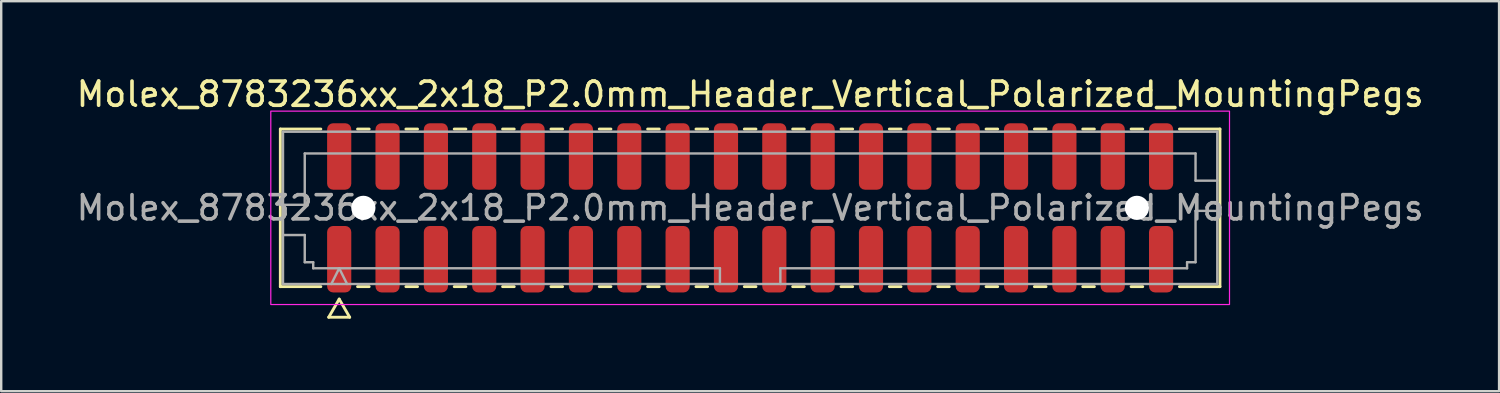
<source format=kicad_pcb>
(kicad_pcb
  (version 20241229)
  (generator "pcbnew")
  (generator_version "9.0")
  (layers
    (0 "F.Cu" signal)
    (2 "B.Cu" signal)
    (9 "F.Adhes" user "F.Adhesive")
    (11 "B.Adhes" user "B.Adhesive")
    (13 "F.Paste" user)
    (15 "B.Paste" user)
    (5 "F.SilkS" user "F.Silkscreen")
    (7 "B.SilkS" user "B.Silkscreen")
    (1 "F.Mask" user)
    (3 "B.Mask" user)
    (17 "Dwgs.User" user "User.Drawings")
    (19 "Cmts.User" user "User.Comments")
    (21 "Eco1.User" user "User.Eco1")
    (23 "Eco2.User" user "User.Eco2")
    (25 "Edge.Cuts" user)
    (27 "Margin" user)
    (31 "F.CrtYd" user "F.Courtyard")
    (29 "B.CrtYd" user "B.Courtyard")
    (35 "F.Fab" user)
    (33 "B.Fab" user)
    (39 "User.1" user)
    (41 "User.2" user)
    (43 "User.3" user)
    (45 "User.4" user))
  (footprint "Molex_8783236xx_2x18_P2.0mm_Header_Vertical_Polarized_MountingPegs"
    (layer "F.Cu")
    (at 27.982 5.548)
    (property "Reference" "Molex_8783236xx_2x18_P2.0mm_Header_Vertical_Polarized_MountingPegs" (at 0 -4.7 0) (layer "F.SilkS") (effects (font (size 1 1) (thickness 0.15))))
    (attr smd)
    (fp_line (start -19.435 -3.26) (end -17.76 -3.26) (stroke (width 0.12) (type solid)) (layer "F.SilkS"))
    (fp_line (start -19.435 3.26) (end -19.435 -3.26) (stroke (width 0.12) (type solid)) (layer "F.SilkS"))
    (fp_line (start -17.76 3.26) (end -19.435 3.26) (stroke (width 0.12) (type solid)) (layer "F.SilkS"))
    (fp_line (start -17.433 4.525) (end -17 3.775) (stroke (width 0.12) (type solid)) (layer "F.SilkS"))
    (fp_line (start -17 3.775) (end -16.567 4.525) (stroke (width 0.12) (type solid)) (layer "F.SilkS"))
    (fp_line (start -16.567 4.525) (end -17.433 4.525) (stroke (width 0.12) (type solid)) (layer "F.SilkS"))
    (fp_line (start -16.24 -3.26) (end -15.76 -3.26) (stroke (width 0.12) (type solid)) (layer "F.SilkS"))
    (fp_line (start -15.76 3.26) (end -16.24 3.26) (stroke (width 0.12) (type solid)) (layer "F.SilkS"))
    (fp_line (start -14.24 -3.26) (end -13.76 -3.26) (stroke (width 0.12) (type solid)) (layer "F.SilkS"))
    (fp_line (start -13.76 3.26) (end -14.24 3.26) (stroke (width 0.12) (type solid)) (layer "F.SilkS"))
    (fp_line (start -12.24 -3.26) (end -11.76 -3.26) (stroke (width 0.12) (type solid)) (layer "F.SilkS"))
    (fp_line (start -11.76 3.26) (end -12.24 3.26) (stroke (width 0.12) (type solid)) (layer "F.SilkS"))
    (fp_line (start -10.24 -3.26) (end -9.76 -3.26) (stroke (width 0.12) (type solid)) (layer "F.SilkS"))
    (fp_line (start -9.76 3.26) (end -10.24 3.26) (stroke (width 0.12) (type solid)) (layer "F.SilkS"))
    (fp_line (start -8.24 -3.26) (end -7.76 -3.26) (stroke (width 0.12) (type solid)) (layer "F.SilkS"))
    (fp_line (start -7.76 3.26) (end -8.24 3.26) (stroke (width 0.12) (type solid)) (layer "F.SilkS"))
    (fp_line (start -6.24 -3.26) (end -5.76 -3.26) (stroke (width 0.12) (type solid)) (layer "F.SilkS"))
    (fp_line (start -5.76 3.26) (end -6.24 3.26) (stroke (width 0.12) (type solid)) (layer "F.SilkS"))
    (fp_line (start -4.24 -3.26) (end -3.76 -3.26) (stroke (width 0.12) (type solid)) (layer "F.SilkS"))
    (fp_line (start -3.76 3.26) (end -4.24 3.26) (stroke (width 0.12) (type solid)) (layer "F.SilkS"))
    (fp_line (start -2.24 -3.26) (end -1.76 -3.26) (stroke (width 0.12) (type solid)) (layer "F.SilkS"))
    (fp_line (start -1.76 3.26) (end -2.24 3.26) (stroke (width 0.12) (type solid)) (layer "F.SilkS"))
    (fp_line (start -0.24 -3.26) (end 0.24 -3.26) (stroke (width 0.12) (type solid)) (layer "F.SilkS"))
    (fp_line (start 0.24 3.26) (end -0.24 3.26) (stroke (width 0.12) (type solid)) (layer "F.SilkS"))
    (fp_line (start 1.76 -3.26) (end 2.24 -3.26) (stroke (width 0.12) (type solid)) (layer "F.SilkS"))
    (fp_line (start 2.24 3.26) (end 1.76 3.26) (stroke (width 0.12) (type solid)) (layer "F.SilkS"))
    (fp_line (start 3.76 -3.26) (end 4.24 -3.26) (stroke (width 0.12) (type solid)) (layer "F.SilkS"))
    (fp_line (start 4.24 3.26) (end 3.76 3.26) (stroke (width 0.12) (type solid)) (layer "F.SilkS"))
    (fp_line (start 5.76 -3.26) (end 6.24 -3.26) (stroke (width 0.12) (type solid)) (layer "F.SilkS"))
    (fp_line (start 6.24 3.26) (end 5.76 3.26) (stroke (width 0.12) (type solid)) (layer "F.SilkS"))
    (fp_line (start 7.76 -3.26) (end 8.24 -3.26) (stroke (width 0.12) (type solid)) (layer "F.SilkS"))
    (fp_line (start 8.24 3.26) (end 7.76 3.26) (stroke (width 0.12) (type solid)) (layer "F.SilkS"))
    (fp_line (start 9.76 -3.26) (end 10.24 -3.26) (stroke (width 0.12) (type solid)) (layer "F.SilkS"))
    (fp_line (start 10.24 3.26) (end 9.76 3.26) (stroke (width 0.12) (type solid)) (layer "F.SilkS"))
    (fp_line (start 11.76 -3.26) (end 12.24 -3.26) (stroke (width 0.12) (type solid)) (layer "F.SilkS"))
    (fp_line (start 12.24 3.26) (end 11.76 3.26) (stroke (width 0.12) (type solid)) (layer "F.SilkS"))
    (fp_line (start 13.76 -3.26) (end 14.24 -3.26) (stroke (width 0.12) (type solid)) (layer "F.SilkS"))
    (fp_line (start 14.24 3.26) (end 13.76 3.26) (stroke (width 0.12) (type solid)) (layer "F.SilkS"))
    (fp_line (start 15.76 -3.26) (end 16.24 -3.26) (stroke (width 0.12) (type solid)) (layer "F.SilkS"))
    (fp_line (start 16.24 3.26) (end 15.76 3.26) (stroke (width 0.12) (type solid)) (layer "F.SilkS"))
    (fp_line (start 17.76 -3.26) (end 19.435 -3.26) (stroke (width 0.12) (type solid)) (layer "F.SilkS"))
    (fp_line (start 19.435 -3.26) (end 19.435 3.26) (stroke (width 0.12) (type solid)) (layer "F.SilkS"))
    (fp_line (start 19.435 3.26) (end 17.76 3.26) (stroke (width 0.12) (type solid)) (layer "F.SilkS"))
    (fp_rect (start -19.83 -4) (end 19.83 4) (stroke (width 0.05) (type solid)) (fill no) (layer "F.CrtYd"))
    (fp_line (start -19.325 -3.15) (end 19.325 -3.15) (stroke (width 0.1) (type solid)) (layer "F.Fab"))
    (fp_line (start -19.325 -0.125) (end -18.425 -0.125) (stroke (width 0.1) (type solid)) (layer "F.Fab"))
    (fp_line (start -19.325 1.125) (end -18.425 1.125) (stroke (width 0.1) (type solid)) (layer "F.Fab"))
    (fp_line (start -19.325 3.15) (end -19.325 -3.15) (stroke (width 0.1) (type solid)) (layer "F.Fab"))
    (fp_line (start -18.425 -2.25) (end 18.425 -2.25) (stroke (width 0.1) (type solid)) (layer "F.Fab"))
    (fp_line (start -18.425 -0.125) (end -18.425 -2.25) (stroke (width 0.1) (type solid)) (layer "F.Fab"))
    (fp_line (start -18.425 1.125) (end -18.425 2.25) (stroke (width 0.1) (type solid)) (layer "F.Fab"))
    (fp_line (start -18.425 2.25) (end -18.075 2.25) (stroke (width 0.1) (type solid)) (layer "F.Fab"))
    (fp_line (start -18.075 2.25) (end -18.075 2.5) (stroke (width 0.1) (type solid)) (layer "F.Fab"))
    (fp_line (start -18.075 2.5) (end -1.25 2.5) (stroke (width 0.1) (type solid)) (layer "F.Fab"))
    (fp_line (start -17.325 3.15) (end -17 2.5) (stroke (width 0.1) (type solid)) (layer "F.Fab"))
    (fp_line (start -17 2.5) (end -16.675 3.15) (stroke (width 0.1) (type solid)) (layer "F.Fab"))
    (fp_line (start -1.25 2.5) (end -1.25 3.15) (stroke (width 0.1) (type solid)) (layer "F.Fab"))
    (fp_line (start 1.25 2.5) (end 1.25 3.15) (stroke (width 0.1) (type solid)) (layer "F.Fab"))
    (fp_line (start 1.25 2.5) (end 18.075 2.5) (stroke (width 0.1) (type solid)) (layer "F.Fab"))
    (fp_line (start 18.075 2.25) (end 18.425 2.25) (stroke (width 0.1) (type solid)) (layer "F.Fab"))
    (fp_line (start 18.075 2.5) (end 18.075 2.25) (stroke (width 0.1) (type solid)) (layer "F.Fab"))
    (fp_line (start 18.425 -2.25) (end 18.425 -1.125) (stroke (width 0.1) (type solid)) (layer "F.Fab"))
    (fp_line (start 18.425 -1.125) (end 19.325 -1.125) (stroke (width 0.1) (type solid)) (layer "F.Fab"))
    (fp_line (start 18.425 0.125) (end 19.325 0.125) (stroke (width 0.1) (type solid)) (layer "F.Fab"))
    (fp_line (start 18.425 2.25) (end 18.425 0.125) (stroke (width 0.1) (type solid)) (layer "F.Fab"))
    (fp_line (start 19.325 -3.15) (end 19.325 3.15) (stroke (width 0.1) (type solid)) (layer "F.Fab"))
    (fp_line (start 19.325 3.15) (end -19.325 3.15) (stroke (width 0.1) (type solid)) (layer "F.Fab"))
    (fp_text user "${REFERENCE}" (at 0 0 0) (layer "F.Fab") (effects (font (size 1 1) (thickness 0.15))))
    (pad "" np_thru_hole circle (at -16 0) (size 1 1) (drill 1) (layers "*.Cu" "*.Mask"))
    (pad "" np_thru_hole circle (at 16 0) (size 1 1) (drill 1) (layers "*.Cu" "*.Mask"))
    (pad "1" smd roundrect (at -17 2.125) (size 1 2.75) (layers "F.Cu" "F.Mask" "F.Paste") (roundrect_rratio 0.25))
    (pad "2" smd roundrect (at -17 -2.125) (size 1 2.75) (layers "F.Cu" "F.Mask" "F.Paste") (roundrect_rratio 0.25))
    (pad "3" smd roundrect (at -15 2.125) (size 1 2.75) (layers "F.Cu" "F.Mask" "F.Paste") (roundrect_rratio 0.25))
    (pad "4" smd roundrect (at -15 -2.125) (size 1 2.75) (layers "F.Cu" "F.Mask" "F.Paste") (roundrect_rratio 0.25))
    (pad "5" smd roundrect (at -13 2.125) (size 1 2.75) (layers "F.Cu" "F.Mask" "F.Paste") (roundrect_rratio 0.25))
    (pad "6" smd roundrect (at -13 -2.125) (size 1 2.75) (layers "F.Cu" "F.Mask" "F.Paste") (roundrect_rratio 0.25))
    (pad "7" smd roundrect (at -11 2.125) (size 1 2.75) (layers "F.Cu" "F.Mask" "F.Paste") (roundrect_rratio 0.25))
    (pad "8" smd roundrect (at -11 -2.125) (size 1 2.75) (layers "F.Cu" "F.Mask" "F.Paste") (roundrect_rratio 0.25))
    (pad "9" smd roundrect (at -9 2.125) (size 1 2.75) (layers "F.Cu" "F.Mask" "F.Paste") (roundrect_rratio 0.25))
    (pad "10" smd roundrect (at -9 -2.125) (size 1 2.75) (layers "F.Cu" "F.Mask" "F.Paste") (roundrect_rratio 0.25))
    (pad "11" smd roundrect (at -7 2.125) (size 1 2.75) (layers "F.Cu" "F.Mask" "F.Paste") (roundrect_rratio 0.25))
    (pad "12" smd roundrect (at -7 -2.125) (size 1 2.75) (layers "F.Cu" "F.Mask" "F.Paste") (roundrect_rratio 0.25))
    (pad "13" smd roundrect (at -5 2.125) (size 1 2.75) (layers "F.Cu" "F.Mask" "F.Paste") (roundrect_rratio 0.25))
    (pad "14" smd roundrect (at -5 -2.125) (size 1 2.75) (layers "F.Cu" "F.Mask" "F.Paste") (roundrect_rratio 0.25))
    (pad "15" smd roundrect (at -3 2.125) (size 1 2.75) (layers "F.Cu" "F.Mask" "F.Paste") (roundrect_rratio 0.25))
    (pad "16" smd roundrect (at -3 -2.125) (size 1 2.75) (layers "F.Cu" "F.Mask" "F.Paste") (roundrect_rratio 0.25))
    (pad "17" smd roundrect (at -1 2.125) (size 1 2.75) (layers "F.Cu" "F.Mask" "F.Paste") (roundrect_rratio 0.25))
    (pad "18" smd roundrect (at -1 -2.125) (size 1 2.75) (layers "F.Cu" "F.Mask" "F.Paste") (roundrect_rratio 0.25))
    (pad "19" smd roundrect (at 1 2.125) (size 1 2.75) (layers "F.Cu" "F.Mask" "F.Paste") (roundrect_rratio 0.25))
    (pad "20" smd roundrect (at 1 -2.125) (size 1 2.75) (layers "F.Cu" "F.Mask" "F.Paste") (roundrect_rratio 0.25))
    (pad "21" smd roundrect (at 3 2.125) (size 1 2.75) (layers "F.Cu" "F.Mask" "F.Paste") (roundrect_rratio 0.25))
    (pad "22" smd roundrect (at 3 -2.125) (size 1 2.75) (layers "F.Cu" "F.Mask" "F.Paste") (roundrect_rratio 0.25))
    (pad "23" smd roundrect (at 5 2.125) (size 1 2.75) (layers "F.Cu" "F.Mask" "F.Paste") (roundrect_rratio 0.25))
    (pad "24" smd roundrect (at 5 -2.125) (size 1 2.75) (layers "F.Cu" "F.Mask" "F.Paste") (roundrect_rratio 0.25))
    (pad "25" smd roundrect (at 7 2.125) (size 1 2.75) (layers "F.Cu" "F.Mask" "F.Paste") (roundrect_rratio 0.25))
    (pad "26" smd roundrect (at 7 -2.125) (size 1 2.75) (layers "F.Cu" "F.Mask" "F.Paste") (roundrect_rratio 0.25))
    (pad "27" smd roundrect (at 9 2.125) (size 1 2.75) (layers "F.Cu" "F.Mask" "F.Paste") (roundrect_rratio 0.25))
    (pad "28" smd roundrect (at 9 -2.125) (size 1 2.75) (layers "F.Cu" "F.Mask" "F.Paste") (roundrect_rratio 0.25))
    (pad "29" smd roundrect (at 11 2.125) (size 1 2.75) (layers "F.Cu" "F.Mask" "F.Paste") (roundrect_rratio 0.25))
    (pad "30" smd roundrect (at 11 -2.125) (size 1 2.75) (layers "F.Cu" "F.Mask" "F.Paste") (roundrect_rratio 0.25))
    (pad "31" smd roundrect (at 13 2.125) (size 1 2.75) (layers "F.Cu" "F.Mask" "F.Paste") (roundrect_rratio 0.25))
    (pad "32" smd roundrect (at 13 -2.125) (size 1 2.75) (layers "F.Cu" "F.Mask" "F.Paste") (roundrect_rratio 0.25))
    (pad "33" smd roundrect (at 15 2.125) (size 1 2.75) (layers "F.Cu" "F.Mask" "F.Paste") (roundrect_rratio 0.25))
    (pad "34" smd roundrect (at 15 -2.125) (size 1 2.75) (layers "F.Cu" "F.Mask" "F.Paste") (roundrect_rratio 0.25))
    (pad "35" smd roundrect (at 17 2.125) (size 1 2.75) (layers "F.Cu" "F.Mask" "F.Paste") (roundrect_rratio 0.25))
    (pad "36" smd roundrect (at 17 -2.125) (size 1 2.75) (layers "F.Cu" "F.Mask" "F.Paste") (roundrect_rratio 0.25)))
  (gr_rect
    (start -3 -3)
    (end 58.964 13.133)
    (stroke (width 0.1) (type default))
    (fill no)
    (layer "Edge.Cuts")))
</source>
